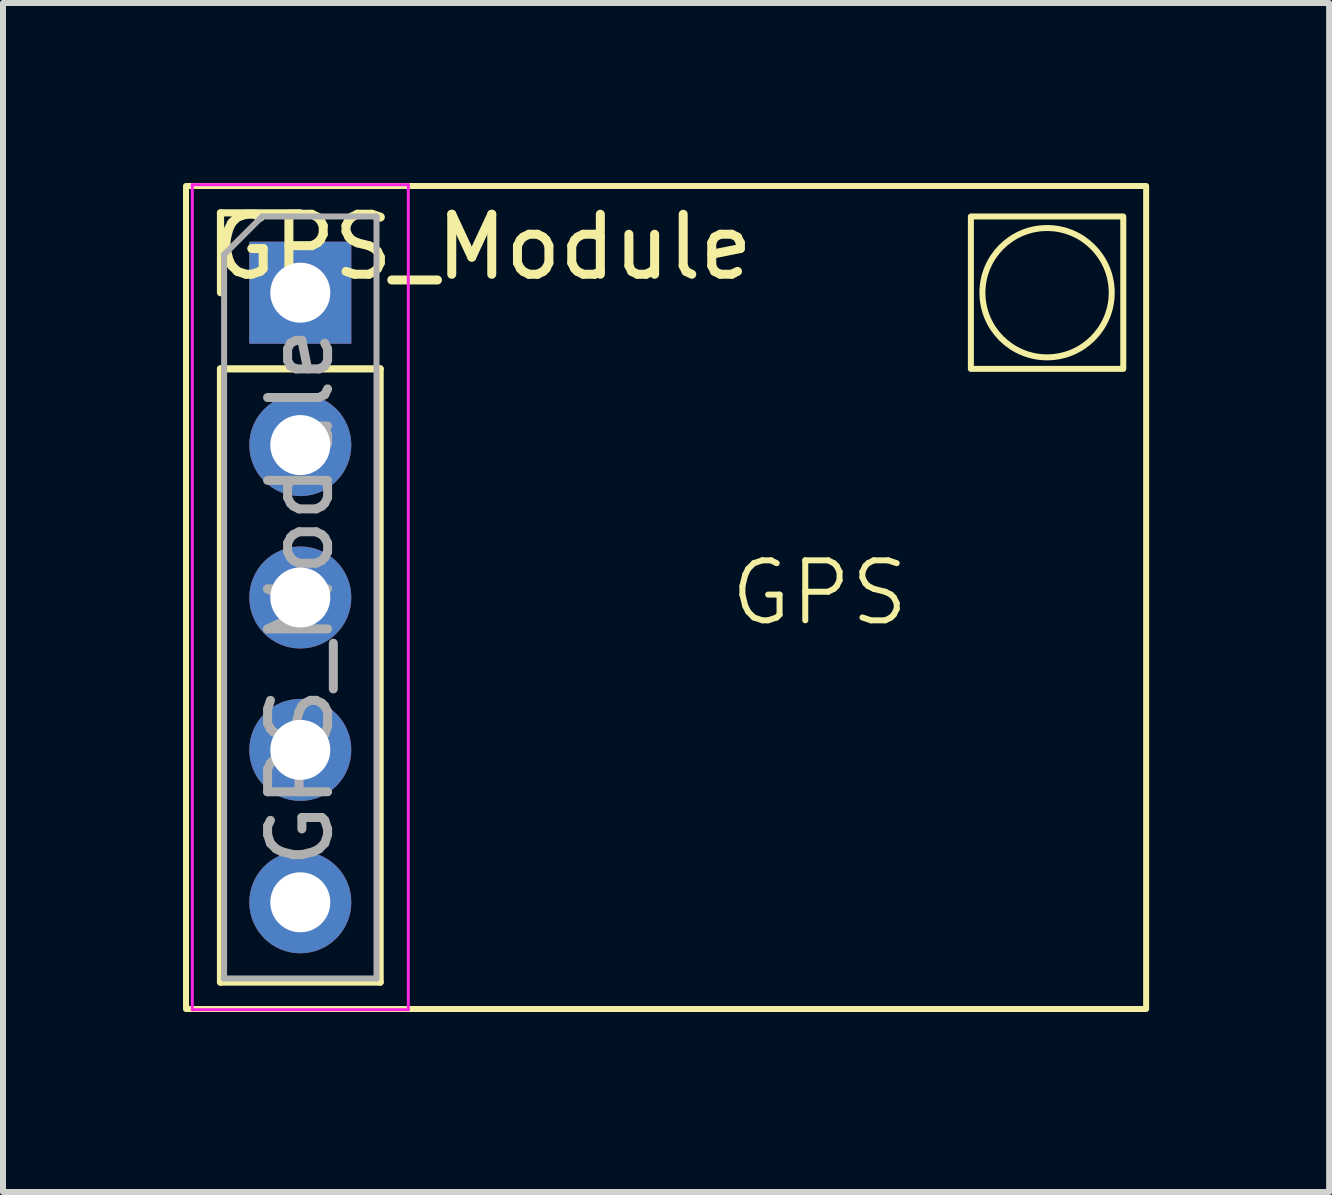
<source format=kicad_pcb>
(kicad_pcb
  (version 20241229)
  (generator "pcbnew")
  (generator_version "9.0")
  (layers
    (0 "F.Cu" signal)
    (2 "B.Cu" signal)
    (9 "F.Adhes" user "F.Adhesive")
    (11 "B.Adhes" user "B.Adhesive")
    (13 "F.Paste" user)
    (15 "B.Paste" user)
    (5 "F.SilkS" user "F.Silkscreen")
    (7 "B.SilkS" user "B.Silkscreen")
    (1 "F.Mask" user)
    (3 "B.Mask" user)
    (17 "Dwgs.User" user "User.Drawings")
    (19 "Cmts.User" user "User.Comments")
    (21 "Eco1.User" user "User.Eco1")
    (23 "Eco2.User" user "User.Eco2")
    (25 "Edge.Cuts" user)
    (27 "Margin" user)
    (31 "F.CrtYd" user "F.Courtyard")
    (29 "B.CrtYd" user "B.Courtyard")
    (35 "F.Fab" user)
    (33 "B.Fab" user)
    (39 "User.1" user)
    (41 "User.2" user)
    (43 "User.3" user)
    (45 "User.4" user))
  (footprint "GPS_Module"
    (layer "F.Cu")
    (at 1.955 1.828)
    (property "Reference" "GPS_Module" (at 3.048 -0.762 0) (layer "F.SilkS") (effects (font (size 1 1) (thickness 0.15))))
    (attr through_hole)
    (fp_line (start -1.33 -1.33) (end 0 -1.33) (stroke (width 0.12) (type solid)) (layer "F.SilkS"))
    (fp_line (start -1.33 0) (end -1.33 -1.33) (stroke (width 0.12) (type solid)) (layer "F.SilkS"))
    (fp_line (start -1.33 1.27) (end -1.33 11.49) (stroke (width 0.12) (type solid)) (layer "F.SilkS"))
    (fp_line (start -1.33 1.27) (end 1.33 1.27) (stroke (width 0.12) (type solid)) (layer "F.SilkS"))
    (fp_line (start -1.33 11.49) (end 1.33 11.49) (stroke (width 0.12) (type solid)) (layer "F.SilkS"))
    (fp_line (start 1.33 1.27) (end 1.33 11.49) (stroke (width 0.12) (type solid)) (layer "F.SilkS"))
    (fp_rect (start -1.905 -1.778) (end 14.097 11.938) (stroke (width 0.1) (type default)) (fill no) (layer "F.SilkS"))
    (fp_rect (start 11.176 -1.27) (end 13.716 1.27) (stroke (width 0.1) (type default)) (fill no) (layer "F.SilkS"))
    (fp_circle (center 12.446 0) (end 13.208 -0.762) (stroke (width 0.1) (type default)) (fill no) (layer "F.SilkS"))
    (fp_line (start -1.8 -1.8) (end -1.8 11.95) (stroke (width 0.05) (type solid)) (layer "F.CrtYd"))
    (fp_line (start -1.8 11.95) (end 1.8 11.95) (stroke (width 0.05) (type solid)) (layer "F.CrtYd"))
    (fp_line (start 1.8 -1.8) (end -1.8 -1.8) (stroke (width 0.05) (type solid)) (layer "F.CrtYd"))
    (fp_line (start 1.8 11.95) (end 1.8 -1.8) (stroke (width 0.05) (type solid)) (layer "F.CrtYd"))
    (fp_line (start -1.27 -0.635) (end -0.635 -1.27) (stroke (width 0.1) (type solid)) (layer "F.Fab"))
    (fp_line (start -1.27 11.43) (end -1.27 -0.635) (stroke (width 0.1) (type solid)) (layer "F.Fab"))
    (fp_line (start -0.635 -1.27) (end 1.27 -1.27) (stroke (width 0.1) (type solid)) (layer "F.Fab"))
    (fp_line (start 1.27 -1.27) (end 1.27 11.43) (stroke (width 0.1) (type solid)) (layer "F.Fab"))
    (fp_line (start 1.27 11.43) (end -1.27 11.43) (stroke (width 0.1) (type solid)) (layer "F.Fab"))
    (fp_text user "GPS" (at 7.112 5.588 0) (unlocked yes) (layer "F.SilkS") (effects (font (size 1 1) (thickness 0.1)) (justify left bottom)))
    (fp_text user "${REFERENCE}" (at 0 5.08 90) (layer "F.Fab") (effects (font (size 1 1) (thickness 0.15))))
    (pad "1" thru_hole rect (at 0 0) (size 1.7 1.7) (drill 1) (layers "*.Cu" "*.Mask"))
    (pad "2" thru_hole oval (at 0 2.54) (size 1.7 1.7) (drill 1) (layers "*.Cu" "*.Mask"))
    (pad "3" thru_hole oval (at 0 5.08) (size 1.7 1.7) (drill 1) (layers "*.Cu" "*.Mask"))
    (pad "4" thru_hole oval (at 0 7.62) (size 1.7 1.7) (drill 1) (layers "*.Cu" "*.Mask"))
    (pad "5" thru_hole oval (at 0 10.16) (size 1.7 1.7) (drill 1) (layers "*.Cu" "*.Mask")))
  (gr_rect
    (start -3 -3)
    (end 19.102 16.816)
    (stroke (width 0.1) (type default))
    (fill no)
    (layer "Edge.Cuts")))
</source>
